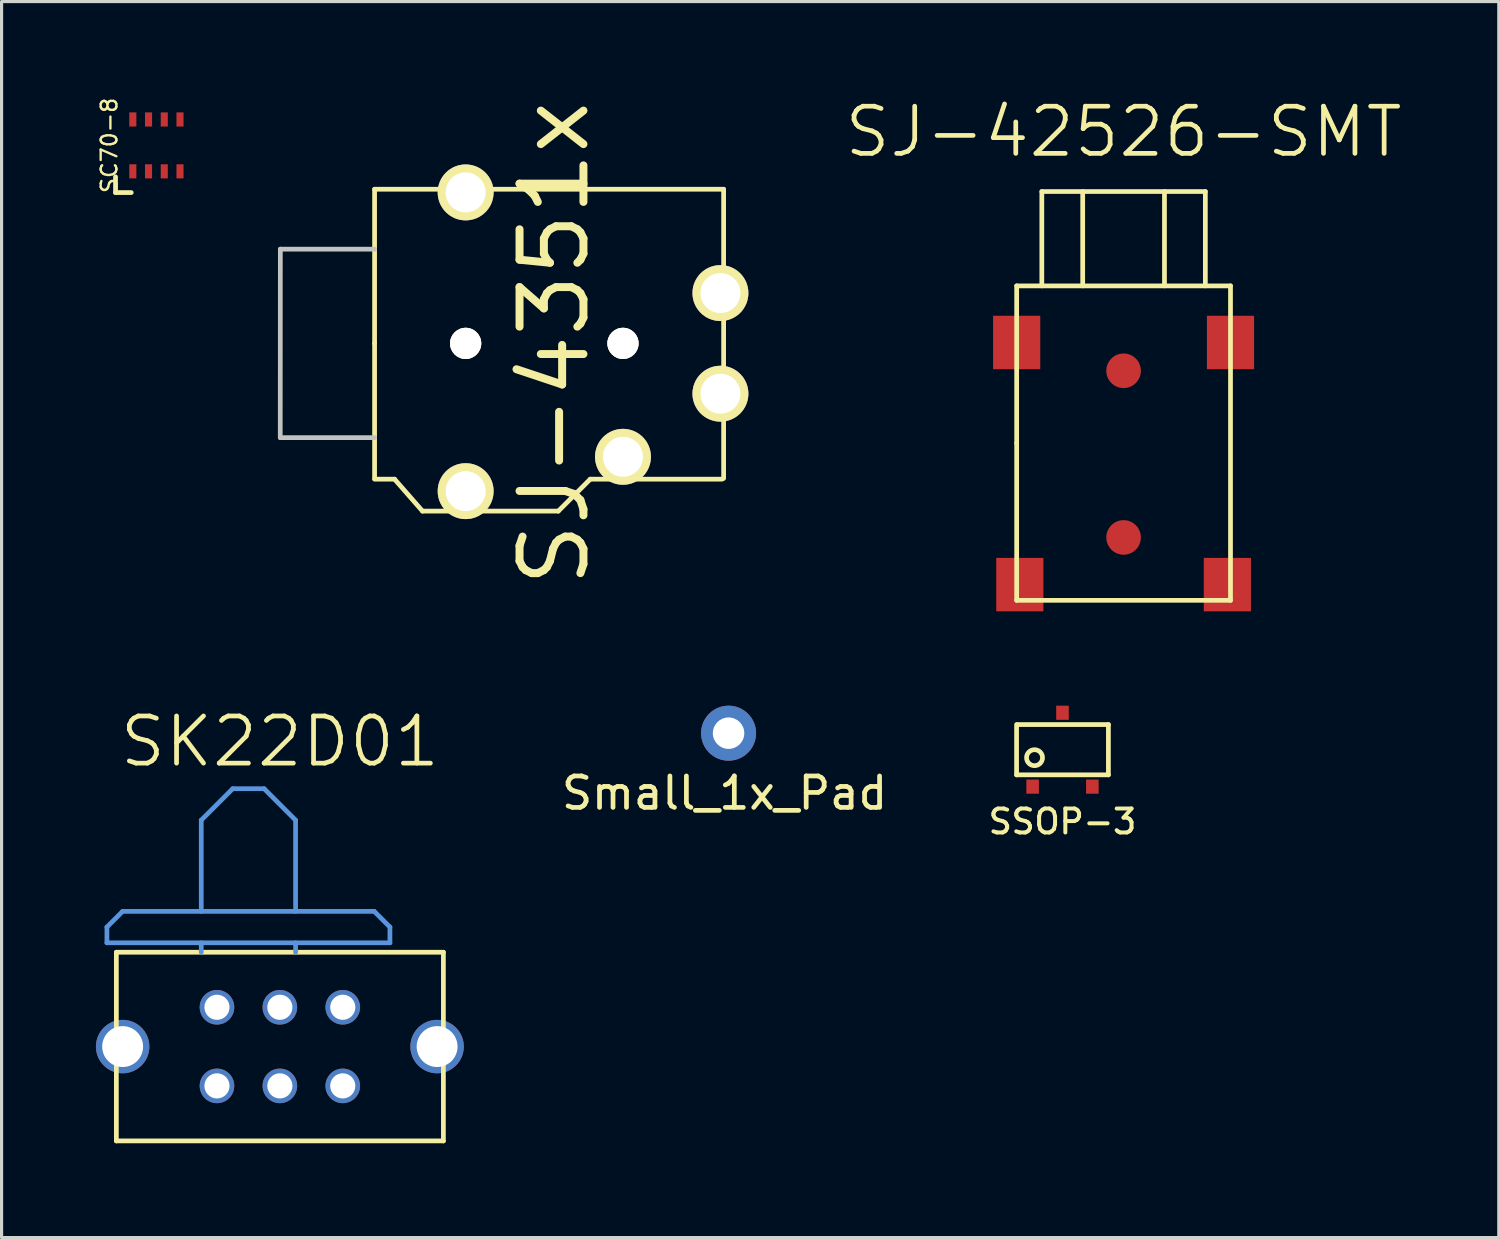
<source format=kicad_pcb>
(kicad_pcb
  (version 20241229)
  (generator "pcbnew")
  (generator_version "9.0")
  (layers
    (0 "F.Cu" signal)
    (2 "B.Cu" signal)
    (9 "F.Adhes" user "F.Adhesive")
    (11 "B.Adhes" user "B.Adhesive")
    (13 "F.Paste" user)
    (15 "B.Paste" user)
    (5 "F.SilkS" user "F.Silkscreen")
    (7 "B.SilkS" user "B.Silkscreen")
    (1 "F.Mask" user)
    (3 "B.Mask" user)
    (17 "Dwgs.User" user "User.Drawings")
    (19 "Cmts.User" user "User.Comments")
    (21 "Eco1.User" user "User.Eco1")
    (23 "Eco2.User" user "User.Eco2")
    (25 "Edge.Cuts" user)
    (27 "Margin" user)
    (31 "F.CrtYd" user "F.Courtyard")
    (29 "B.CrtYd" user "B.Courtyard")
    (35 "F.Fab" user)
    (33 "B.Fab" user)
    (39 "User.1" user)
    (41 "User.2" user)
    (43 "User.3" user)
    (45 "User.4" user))
  (footprint "SC70-8"
    (layer "F.Cu")
    (at 1.924 1.574)
    (property "Reference" "SC70-8" (at -1.5 0 90) (layer "F.SilkS") (effects (font (size 0.5 0.5) (thickness 0.075))))
    (attr through_hole)
    (fp_line (start -1.3 1.5) (end -1.3 1) (stroke (width 0.15) (type solid)) (layer "F.SilkS"))
    (fp_line (start -1.3 1.5) (end -0.8 1.5) (stroke (width 0.15) (type solid)) (layer "F.SilkS"))
    (pad "1" smd rect (at -0.75 0.825) (size 0.225 0.45) (layers "F.Cu" "F.Mask" "F.Paste"))
    (pad "2" smd rect (at -0.25 0.825) (size 0.225 0.45) (layers "F.Cu" "F.Mask" "F.Paste"))
    (pad "3" smd rect (at 0.25 0.825) (size 0.225 0.45) (layers "F.Cu" "F.Mask" "F.Paste"))
    (pad "4" smd rect (at 0.75 0.825) (size 0.225 0.45) (layers "F.Cu" "F.Mask" "F.Paste"))
    (pad "5" smd rect (at 0.75 -0.825) (size 0.225 0.45) (layers "F.Cu" "F.Mask" "F.Paste"))
    (pad "6" smd rect (at 0.25 -0.825) (size 0.225 0.45) (layers "F.Cu" "F.Mask" "F.Paste"))
    (pad "7" smd rect (at -0.25 -0.825) (size 0.225 0.45) (layers "F.Cu" "F.Mask" "F.Paste"))
    (pad "8" smd rect (at -0.75 -0.825) (size 0.225 0.45) (layers "F.Cu" "F.Mask" "F.Paste")))
  (footprint "SSOP-3"
    (layer "F.Cu")
    (at 30.738 20.791)
    (property "Reference" "SSOP-3" (at 0 2.286 0) (layer "F.SilkS") (effects (font (size 0.762 0.762) (thickness 0.127))))
    (attr smd)
    (fp_line (start -1.46 0.8) (end -1.46 -0.8) (stroke (width 0.15) (type solid)) (layer "F.SilkS"))
    (fp_line (start -1.43 -0.8) (end 1.46 -0.8) (stroke (width 0.15) (type solid)) (layer "F.SilkS"))
    (fp_line (start 1.46 -0.8) (end 1.46 0.8) (stroke (width 0.15) (type solid)) (layer "F.SilkS"))
    (fp_line (start 1.46 0.8) (end -1.46 0.8) (stroke (width 0.15) (type solid)) (layer "F.SilkS"))
    (fp_circle (center -0.889 0.254) (end -0.889 0) (stroke (width 0.15) (type solid)) (fill no) (layer "F.SilkS"))
    (pad "1" smd rect (at -0.95 1.175) (size 0.4 0.45) (layers "F.Cu" "F.Mask" "F.Paste"))
    (pad "2" smd rect (at 0.95 1.175) (size 0.4 0.45) (layers "F.Cu" "F.Mask" "F.Paste"))
    (pad "3" smd rect (at 0 -1.175) (size 0.4 0.45) (layers "F.Cu" "F.Mask" "F.Paste")))
  (footprint "SJ-4351x"
    (layer "F.Cu")
    (at 8.862 7.87)
    (property "Reference" "SJ-4351x" (at 5.715 0 90) (layer "F.SilkS") (effects (font (size 2.032 2.032) (thickness 0.254))))
    (attr through_hole)
    (fp_line (start 0 -4.902) (end 0 0) (stroke (width 0.15) (type solid)) (layer "F.SilkS"))
    (fp_line (start 0 -4.902) (end 11.1 -4.902) (stroke (width 0.15) (type solid)) (layer "F.SilkS"))
    (fp_line (start 0 0) (end 0 4.293) (stroke (width 0.15) (type solid)) (layer "F.SilkS"))
    (fp_line (start 0 4.318) (end 0.635 4.318) (stroke (width 0.15) (type solid)) (layer "F.SilkS"))
    (fp_line (start 1.524 5.334) (end 0.635 4.318) (stroke (width 0.15) (type solid)) (layer "F.SilkS"))
    (fp_line (start 5.842 5.334) (end 1.524 5.334) (stroke (width 0.15) (type solid)) (layer "F.SilkS"))
    (fp_line (start 6.858 4.318) (end 5.842 5.334) (stroke (width 0.15) (type solid)) (layer "F.SilkS"))
    (fp_line (start 6.858 4.318) (end 11.049 4.318) (stroke (width 0.15) (type solid)) (layer "F.SilkS"))
    (fp_line (start 11.1 -4.902) (end 11.1 4.293) (stroke (width 0.15) (type solid)) (layer "F.SilkS"))
    (fp_line (start -2.997 -2.997) (end -3 3) (stroke (width 0.15) (type solid)) (layer "Dwgs.User"))
    (fp_line (start -2.997 2.997) (end 0 2.997) (stroke (width 0.15) (type solid)) (layer "Dwgs.User"))
    (fp_line (start 0 -2.997) (end -2.997 -2.997) (stroke (width 0.15) (type solid)) (layer "Dwgs.User"))
    (pad "" thru_hole circle (at 2.896 0) (size 0.991 0.991) (drill 0.991) (layers "*.Cu" "*.Mask" "F.SilkS"))
    (pad "" thru_hole circle (at 7.899 0) (size 0.991 0.991) (drill 0.991) (layers "*.Cu" "*.Mask" "F.SilkS"))
    (pad "1" thru_hole circle (at 2.896 -4.801) (size 1.778 1.778) (drill 1.27) (layers "*.Cu" "*.Mask" "F.SilkS"))
    (pad "2" thru_hole circle (at 7.899 3.607) (size 1.778 1.778) (drill 1.27) (layers "*.Cu" "*.Mask" "F.SilkS"))
    (pad "3" thru_hole circle (at 10.998 -1.6) (size 1.778 1.778) (drill 1.27) (layers "*.Cu" "*.Mask" "F.SilkS"))
    (pad "4" thru_hole circle (at 2.896 4.699) (size 1.778 1.778) (drill 1.27) (layers "*.Cu" "*.Mask" "F.SilkS"))
    (pad "5" thru_hole circle (at 10.998 1.6) (size 1.778 1.778) (drill 1.27) (layers "*.Cu" "*.Mask" "F.SilkS")))
  (footprint "SK22D01"
    (layer "F.Cu")
    (at 5.85 30.232)
    (property "Reference" "SK22D01" (at 0 -9.7 0) (layer "F.SilkS") (effects (font (size 1.5 1.5) (thickness 0.15))))
    (attr through_hole)
    (fp_line (start -5.2 -3) (end -5.2 3) (stroke (width 0.15) (type solid)) (layer "F.SilkS"))
    (fp_line (start -5.2 3) (end 5.2 3) (stroke (width 0.15) (type solid)) (layer "F.SilkS"))
    (fp_line (start 5.2 -3) (end -5.2 -3) (stroke (width 0.15) (type solid)) (layer "F.SilkS"))
    (fp_line (start 5.2 3) (end 5.2 -3) (stroke (width 0.15) (type solid)) (layer "F.SilkS"))
    (fp_line (start -5.5 -3.8) (end -5.5 -3.3) (stroke (width 0.15) (type solid)) (layer "Cmts.User"))
    (fp_line (start -5.5 -3.3) (end 3.5 -3.3) (stroke (width 0.15) (type solid)) (layer "Cmts.User"))
    (fp_line (start -5 -4.3) (end -5.5 -3.8) (stroke (width 0.15) (type solid)) (layer "Cmts.User"))
    (fp_line (start -2.5 -7.2) (end -1.5 -8.2) (stroke (width 0.15) (type solid)) (layer "Cmts.User"))
    (fp_line (start -2.5 -4.3) (end -2.5 -7.2) (stroke (width 0.15) (type solid)) (layer "Cmts.User"))
    (fp_line (start -2.5 -3) (end -2.5 -3.3) (stroke (width 0.15) (type solid)) (layer "Cmts.User"))
    (fp_line (start -1.5 -8.2) (end -0.5 -8.2) (stroke (width 0.15) (type solid)) (layer "Cmts.User"))
    (fp_line (start -0.5 -8.2) (end 0.5 -7.2) (stroke (width 0.15) (type solid)) (layer "Cmts.User"))
    (fp_line (start 0.5 -7.2) (end 0.5 -4.3) (stroke (width 0.15) (type solid)) (layer "Cmts.User"))
    (fp_line (start 0.5 -3) (end 0.5 -3.3) (stroke (width 0.15) (type solid)) (layer "Cmts.User"))
    (fp_line (start 3 -4.3) (end -5 -4.3) (stroke (width 0.15) (type solid)) (layer "Cmts.User"))
    (fp_line (start 3.5 -3.8) (end 3 -4.3) (stroke (width 0.15) (type solid)) (layer "Cmts.User"))
    (fp_line (start 3.5 -3.3) (end 3.5 -3.8) (stroke (width 0.15) (type solid)) (layer "Cmts.User"))
    (pad "" np_thru_hole circle (at -5 0) (size 1.7 1.7) (drill 1.3) (layers "*.Cu" "*.Mask"))
    (pad "" np_thru_hole circle (at 5 0) (size 1.7 1.7) (drill 1.3) (layers "*.Cu" "*.Mask"))
    (pad "1" thru_hole circle (at -2 -1.25) (size 1.1 1.1) (drill 0.8) (layers "*.Cu" "*.Mask"))
    (pad "2" thru_hole circle (at 0 -1.25) (size 1.1 1.1) (drill 0.8) (layers "*.Cu" "*.Mask"))
    (pad "3" thru_hole circle (at 2 -1.25) (size 1.1 1.1) (drill 0.8) (layers "*.Cu" "*.Mask"))
    (pad "4" thru_hole circle (at -2 1.25) (size 1.1 1.1) (drill 0.8) (layers "*.Cu" "*.Mask"))
    (pad "5" thru_hole circle (at 0 1.25) (size 1.1 1.1) (drill 0.8) (layers "*.Cu" "*.Mask"))
    (pad "6" thru_hole circle (at 2 1.25) (size 1.1 1.1) (drill 0.8) (layers "*.Cu" "*.Mask")))
  (footprint "SJ-42526-SMT"
    (layer "F.Cu")
    (at 32.681 11.041)
    (property "Reference" "SJ-42526-SMT" (at 0 -9.9 0) (layer "F.SilkS") (effects (font (size 1.5 1.5) (thickness 0.15))))
    (attr through_hole)
    (fp_line (start -3.4 -5) (end -3.4 0) (stroke (width 0.15) (type solid)) (layer "F.SilkS"))
    (fp_line (start -3.4 0) (end -3.4 5) (stroke (width 0.15) (type solid)) (layer "F.SilkS"))
    (fp_line (start -3.4 5) (end 3.4 5) (stroke (width 0.15) (type solid)) (layer "F.SilkS"))
    (fp_line (start -2.6 -8) (end 2.6 -8) (stroke (width 0.15) (type solid)) (layer "F.SilkS"))
    (fp_line (start -2.6 -5) (end -2.6 -8) (stroke (width 0.15) (type solid)) (layer "F.SilkS"))
    (fp_line (start -1.3 -8) (end -1.3 -5) (stroke (width 0.15) (type solid)) (layer "F.SilkS"))
    (fp_line (start 1.3 -8) (end 1.3 -5) (stroke (width 0.15) (type solid)) (layer "F.SilkS"))
    (fp_line (start 2.6 -8) (end 2.6 -5) (stroke (width 0.15) (type solid)) (layer "F.SilkS"))
    (fp_line (start 3.4 -5) (end -3.4 -5) (stroke (width 0.15) (type solid)) (layer "F.SilkS"))
    (fp_line (start 3.4 5) (end 3.4 -5) (stroke (width 0.15) (type solid)) (layer "F.SilkS"))
    (pad "" connect circle (at 0 -2.3) (size 1.1 1.1) (layers "F.Cu" "F.Mask"))
    (pad "" connect circle (at 0 3) (size 1.1 1.1) (layers "F.Cu" "F.Mask"))
    (pad "1" smd rect (at 3.4 -3.2) (size 1.5 1.7) (layers "F.Cu" "F.Mask"))
    (pad "2" smd rect (at 3.3 4.5) (size 1.5 1.7) (layers "F.Cu" "F.Mask"))
    (pad "3" smd rect (at -3.3 4.5) (size 1.5 1.7) (layers "F.Cu" "F.Mask"))
    (pad "4" smd rect (at -3.4 -3.2) (size 1.5 1.7) (layers "F.Cu" "F.Mask")))
  (footprint "Small_1x_Pad"
    (layer "F.Cu")
    (at 19.992 20.52)
    (property "Reference" "Small_1x_Pad" (at 0 1.651 0) (layer "F.SilkS") (effects (font (size 1 1) (thickness 0.15))))
    (attr through_hole)
    (pad "1" thru_hole circle (at 0.127 -0.254) (size 1.75 1.75) (drill 1) (layers "*.Cu" "*.Mask")))
  (gr_rect
    (start -3 -3)
    (end 44.613 36.306)
    (stroke (width 0.1) (type default))
    (fill no)
    (layer "Edge.Cuts")))
</source>
